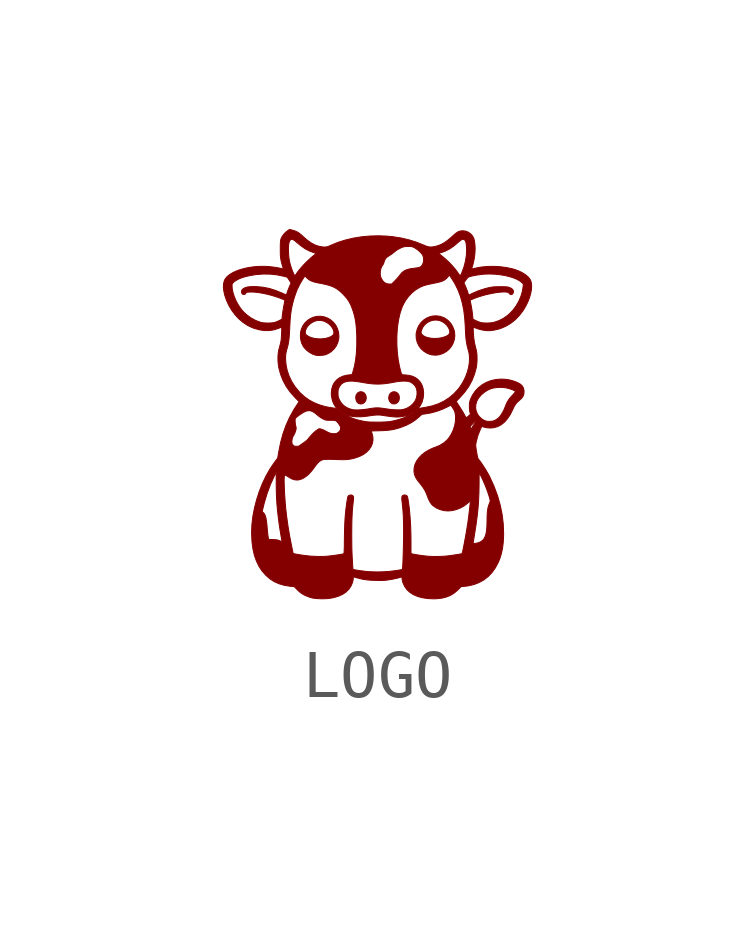
<source format=kicad_sym>
(kicad_symbol_lib
  (version 20220914)
  (generator bitmap2component)
  (symbol "LOGO"
    (pin_names
      (offset 1.016))
    (property "Reference" "#G"
      (at 0 4.867 0)
      (effects (font (size 1.27 1.27)) hide))
    (symbol "LOGO_0_0"
      (polyline (pts (xy 1.239 -3.857) (xy 1.342 -3.845) (xy 1.435 -3.821) (xy 1.519 -3.786) (xy 1.596 -3.738) (xy 1.667 -3.677) (xy 1.738 -3.606) (xy 1.798 -3.601) (xy 1.888 -3.59) (xy 2.006 -3.562) (xy 2.114 -3.52) (xy 2.212 -3.465) (xy 2.301 -3.396) (xy 2.38 -3.313) (xy 2.449 -3.216) (xy 2.509 -3.105) (xy 2.546 -3.015) (xy 2.576 -2.915) (xy 2.599 -2.807) (xy 2.614 -2.688) (xy 2.621 -2.556) (xy 2.622 -2.505) (xy 2.615 -2.308) (xy 2.592 -2.111) (xy 2.552 -1.913) (xy 2.496 -1.716) (xy 2.423 -1.519) (xy 2.335 -1.325) (xy 2.32 -1.295) (xy 2.287 -1.237) (xy 2.251 -1.175) (xy 2.212 -1.113) (xy 2.173 -1.054) (xy 2.138 -1.004) (xy 2.107 -0.964) (xy 2.106 -0.963) (xy 2.096 -0.949) (xy 2.088 -0.935) (xy 2.081 -0.915) (xy 2.075 -0.888) (xy 2.068 -0.851) (xy 2.059 -0.799) (xy 2.051 -0.752) (xy 2.046 -0.714) (xy 2.042 -0.685) (xy 2.042 -0.662) (xy 2.043 -0.642) (xy 2.046 -0.62) (xy 2.052 -0.593) (xy 2.052 -0.591) (xy 2.087 -0.459) (xy 2.138 -0.332) (xy 2.153 -0.301) (xy 2.164 -0.282) (xy 2.173 -0.275) (xy 2.182 -0.275) (xy 2.216 -0.287) (xy 2.279 -0.3) (xy 2.346 -0.305) (xy 2.419 -0.298) (xy 2.497 -0.276) (xy 2.57 -0.238) (xy 2.638 -0.184) (xy 2.7 -0.114) (xy 2.757 -0.029) (xy 2.808 0.071) (xy 2.816 0.089) (xy 2.84 0.14) (xy 2.864 0.18) (xy 2.888 0.213) (xy 2.917 0.242) (xy 2.952 0.273) (xy 2.961 0.281) (xy 3.002 0.32) (xy 3.028 0.358) (xy 3.043 0.399) (xy 3.047 0.447) (xy 3.045 0.484) (xy 3.031 0.535) (xy 3.004 0.578) (xy 2.962 0.614) (xy 2.905 0.644) (xy 2.87 0.658) (xy 2.796 0.683) (xy 2.725 0.7) (xy 2.651 0.71) (xy 2.572 0.713) (xy 2.465 0.705) (xy 2.363 0.683) (xy 2.267 0.647) (xy 2.179 0.598) (xy 2.1 0.537) (xy 2.032 0.465) (xy 1.975 0.382) (xy 1.931 0.29) (xy 1.921 0.259) (xy 1.914 0.228) (xy 1.91 0.194) (xy 1.909 0.148) (xy 1.909 0.139) (xy 1.91 0.117) (xy 2.039 0.117) (xy 2.044 0.185) (xy 2.063 0.252) (xy 2.098 0.316) (xy 2.101 0.32) (xy 2.155 0.383) (xy 2.22 0.439) (xy 2.293 0.485) (xy 2.37 0.518) (xy 2.371 0.518) (xy 2.423 0.53) (xy 2.486 0.538) (xy 2.554 0.541) (xy 2.62 0.538) (xy 2.678 0.53) (xy 2.68 0.529) (xy 2.723 0.519) (xy 2.765 0.506) (xy 2.804 0.492) (xy 2.836 0.478) (xy 2.858 0.465) (xy 2.868 0.455) (xy 2.863 0.445) (xy 2.849 0.426) (xy 2.827 0.4) (xy 2.8 0.371) (xy 2.787 0.358) (xy 2.752 0.318) (xy 2.723 0.279) (xy 2.697 0.235) (xy 2.673 0.184) (xy 2.648 0.12) (xy 2.645 0.112) (xy 2.624 0.064) (xy 2.597 0.015) (xy 2.568 -0.031) (xy 2.539 -0.07) (xy 2.513 -0.097) (xy 2.504 -0.104) (xy 2.477 -0.123) (xy 2.449 -0.141) (xy 2.439 -0.146) (xy 2.413 -0.157) (xy 2.385 -0.163) (xy 2.345 -0.166) (xy 2.337 -0.167) (xy 2.289 -0.166) (xy 2.251 -0.159) (xy 2.215 -0.144) (xy 2.175 -0.12) (xy 2.167 -0.114) (xy 2.114 -0.066) (xy 2.075 -0.01) (xy 2.05 0.052) (xy 2.039 0.117) (xy 1.91 0.117) (xy 1.911 0.093) (xy 1.915 0.052) (xy 1.921 0.023) (xy 1.932 -0.018) (xy 1.891 -0.055) (xy 1.87 -0.073) (xy 1.853 -0.087) (xy 1.845 -0.093) (xy 1.842 -0.089) (xy 1.831 -0.072) (xy 1.816 -0.047) (xy 1.799 -0.015) (xy 1.783 0.014) (xy 1.755 0.06) (xy 1.725 0.108) (xy 1.697 0.152) (xy 1.694 0.156) (xy 1.672 0.19) (xy 1.654 0.218) (xy 1.641 0.237) (xy 1.636 0.245) (xy 1.637 0.248) (xy 1.648 0.261) (xy 1.667 0.282) (xy 1.694 0.31) (xy 1.725 0.343) (xy 1.814 0.444) (xy 1.897 0.56) (xy 1.964 0.684) (xy 2.016 0.816) (xy 2.054 0.956) (xy 2.062 1.012) (xy 2.068 1.078) (xy 2.069 1.148) (xy 2.067 1.217) (xy 2.06 1.279) (xy 2.05 1.329) (xy 2.039 1.367) (xy 2.016 1.468) (xy 2.001 1.567) (xy 1.992 1.672) (xy 1.991 1.695) (xy 1.989 1.737) (xy 1.989 1.765) (xy 1.99 1.782) (xy 1.992 1.79) (xy 1.996 1.792) (xy 2.002 1.791) (xy 2.003 1.79) (xy 2.094 1.757) (xy 2.176 1.735) (xy 2.254 1.723) (xy 2.33 1.721) (xy 2.409 1.73) (xy 2.495 1.748) (xy 2.562 1.768) (xy 2.669 1.814) (xy 2.771 1.875) (xy 2.865 1.95) (xy 2.95 2.038) (xy 3.026 2.137) (xy 3.036 2.153) (xy 3.086 2.239) (xy 3.129 2.326) (xy 3.162 2.413) (xy 3.186 2.498) (xy 3.201 2.577) (xy 3.205 2.651) (xy 3.199 2.716) (xy 3.182 2.771) (xy 3.167 2.797) (xy 3.129 2.842) (xy 3.078 2.885) (xy 3.015 2.926) (xy 2.943 2.961) (xy 2.864 2.991) (xy 2.799 3.01) (xy 2.675 3.036) (xy 2.543 3.053) (xy 2.409 3.06) (xy 2.275 3.057) (xy 2.147 3.044) (xy 2.028 3.021) (xy 2.018 3.018) (xy 1.989 3.011) (xy 1.968 3.008) (xy 1.958 3.007) (xy 1.958 3.007) (xy 1.958 3.017) (xy 1.964 3.035) (xy 1.978 3.078) (xy 1.992 3.136) (xy 2.006 3.2) (xy 2.017 3.265) (xy 2.024 3.328) (xy 2.026 3.355) (xy 2.029 3.437) (xy 2.025 3.514) (xy 2.016 3.583) (xy 2.002 3.64) (xy 2.001 3.642) (xy 1.975 3.692) (xy 1.936 3.736) (xy 1.888 3.77) (xy 1.834 3.792) (xy 1.777 3.8) (xy 1.773 3.8) (xy 1.731 3.797) (xy 1.694 3.788) (xy 1.658 3.77) (xy 1.619 3.742) (xy 1.574 3.703) (xy 1.509 3.644) (xy 1.446 3.593) (xy 1.388 3.553) (xy 1.331 3.521) (xy 1.274 3.497) (xy 1.213 3.478) (xy 1.163 3.467) (xy 1.114 3.462) (xy 1.068 3.465) (xy 1.021 3.477) (xy 0.967 3.499) (xy 0.815 3.56) (xy 0.658 3.61) (xy 0.493 3.649) (xy 0.317 3.677) (xy 0.194 3.689) (xy 0.018 3.696) (xy -0.159 3.691) (xy -0.335 3.675) (xy -0.506 3.647) (xy -0.671 3.608) (xy -0.827 3.559) (xy -0.972 3.499) (xy -0.987 3.492) (xy -1.023 3.477) (xy -1.051 3.467) (xy -1.076 3.463) (xy -1.104 3.462) (xy -1.134 3.463) (xy -1.217 3.476) (xy -1.299 3.503) (xy -1.381 3.546) (xy -1.465 3.605) (xy -1.551 3.68) (xy -1.557 3.686) (xy -1.603 3.727) (xy -1.643 3.758) (xy -1.683 3.781) (xy -1.727 3.799) (xy -1.778 3.814) (xy -1.833 3.829) (xy -1.871 3.803) (xy -1.903 3.779) (xy -1.944 3.74) (xy -1.98 3.692) (xy -1.989 3.678) (xy -2.002 3.655) (xy -2.012 3.632) (xy -2.018 3.605) (xy -2.023 3.572) (xy -2.025 3.531) (xy -2.026 3.478) (xy -2.026 3.411) (xy -2.026 3.404) (xy -2.026 3.394) (xy -1.857 3.394) (xy -1.856 3.455) (xy -1.852 3.509) (xy -1.845 3.553) (xy -1.835 3.583) (xy -1.828 3.595) (xy -1.809 3.616) (xy -1.787 3.623) (xy -1.76 3.616) (xy -1.727 3.596) (xy -1.687 3.562) (xy -1.675 3.551) (xy -1.59 3.482) (xy -1.508 3.425) (xy -1.423 3.381) (xy -1.335 3.347) (xy -1.277 3.329) (xy -1.352 3.269) (xy -1.389 3.238) (xy -1.44 3.191) (xy -1.494 3.139) (xy -1.546 3.085) (xy -1.594 3.031) (xy -1.635 2.982) (xy -1.667 2.941) (xy -1.678 2.924) (xy -1.697 2.896) (xy -1.699 2.893) (xy 0.054 2.893) (xy 0.055 2.949) (xy 0.065 3.004) (xy 0.084 3.054) (xy 0.11 3.093) (xy 0.11 3.094) (xy 0.123 3.115) (xy 0.131 3.14) (xy 0.135 3.154) (xy 0.149 3.192) (xy 0.168 3.224) (xy 0.188 3.246) (xy 0.204 3.257) (xy 0.23 3.274) (xy 0.258 3.292) (xy 0.26 3.294) (xy 0.293 3.316) (xy 0.33 3.344) (xy 0.364 3.372) (xy 0.41 3.406) (xy 0.487 3.446) (xy 0.502 3.452) (xy 0.534 3.464) (xy 0.562 3.47) (xy 0.594 3.473) (xy 0.635 3.474) (xy 0.671 3.474) (xy 0.699 3.472) (xy 0.721 3.467) (xy 0.743 3.459) (xy 0.77 3.445) (xy 0.776 3.442) (xy 0.824 3.41) (xy 0.869 3.373) (xy 0.908 3.333) (xy 0.911 3.33) (xy 1.268 3.33) (xy 1.304 3.34) (xy 1.398 3.372) (xy 1.492 3.419) (xy 1.585 3.482) (xy 1.678 3.561) (xy 1.682 3.564) (xy 1.718 3.595) (xy 1.745 3.614) (xy 1.768 3.623) (xy 1.788 3.62) (xy 1.809 3.61) (xy 1.821 3.598) (xy 1.831 3.577) (xy 1.84 3.546) (xy 1.846 3.503) (xy 1.85 3.445) (xy 1.852 3.406) (xy 1.847 3.293) (xy 1.829 3.176) (xy 1.8 3.058) (xy 1.759 2.945) (xy 1.748 2.917) (xy 1.734 2.888) (xy 1.724 2.868) (xy 1.719 2.861) (xy 1.717 2.863) (xy 1.706 2.876) (xy 1.69 2.898) (xy 1.67 2.927) (xy 1.622 2.993) (xy 1.552 3.075) (xy 1.472 3.158) (xy 1.387 3.235) (xy 1.3 3.305) (xy 1.268 3.33) (xy 0.911 3.33) (xy 0.936 3.296) (xy 0.942 3.285) (xy 0.955 3.241) (xy 0.958 3.192) (xy 0.951 3.143) (xy 0.935 3.099) (xy 0.91 3.064) (xy 0.905 3.06) (xy 0.895 3.051) (xy 0.882 3.044) (xy 0.866 3.038) (xy 0.842 3.032) (xy 0.81 3.027) (xy 0.765 3.021) (xy 0.707 3.013) (xy 0.673 3.008) (xy 0.606 2.99) (xy 0.55 2.964) (xy 0.503 2.927) (xy 0.464 2.879) (xy 0.45 2.86) (xy 0.426 2.832) (xy 0.397 2.799) (xy 0.365 2.765) (xy 0.292 2.692) (xy 0.246 2.692) (xy 0.23 2.692) (xy 0.182 2.702) (xy 0.142 2.723) (xy 0.107 2.759) (xy 0.075 2.81) (xy 0.063 2.842) (xy 0.054 2.893) (xy -1.699 2.893) (xy -1.712 2.876) (xy -1.719 2.865) (xy -1.724 2.866) (xy -1.734 2.878) (xy -1.747 2.903) (xy -1.762 2.937) (xy -1.778 2.977) (xy -1.794 3.022) (xy -1.809 3.068) (xy -1.822 3.113) (xy -1.832 3.155) (xy -1.84 3.196) (xy -1.849 3.262) (xy -1.854 3.329) (xy -1.857 3.394) (xy -2.026 3.394) (xy -2.026 3.345) (xy -2.025 3.297) (xy -2.022 3.256) (xy -2.017 3.219) (xy -2.01 3.18) (xy -2 3.137) (xy -1.986 3.086) (xy -1.967 3.022) (xy -1.965 3.015) (xy -1.965 3.006) (xy -1.975 3.007) (xy -1.986 3.011) (xy -2.018 3.019) (xy -2.061 3.027) (xy -2.111 3.036) (xy -2.164 3.044) (xy -2.217 3.05) (xy -2.266 3.055) (xy -2.337 3.06) (xy -2.449 3.06) (xy -2.558 3.053) (xy -2.664 3.039) (xy -2.766 3.018) (xy -2.861 2.992) (xy -2.947 2.961) (xy -3.024 2.924) (xy -3.089 2.883) (xy -3.141 2.838) (xy -3.177 2.79) (xy -3.191 2.761) (xy -3.207 2.7) (xy -3.208 2.676) (xy -3.031 2.676) (xy -3.031 2.679) (xy -3.02 2.704) (xy -2.995 2.732) (xy -2.958 2.76) (xy -2.91 2.787) (xy -2.889 2.797) (xy -2.853 2.813) (xy -2.817 2.826) (xy -2.779 2.838) (xy -2.733 2.85) (xy -2.675 2.864) (xy -2.536 2.888) (xy -2.386 2.9) (xy -2.236 2.898) (xy -2.09 2.882) (xy -1.95 2.853) (xy -1.881 2.834) (xy -1.841 2.774) (xy -1.802 2.714) (xy -1.831 2.65) (xy -1.831 2.65) (xy -1.848 2.609) (xy -1.865 2.565) (xy -1.879 2.526) (xy -1.88 2.522) (xy -1.89 2.494) (xy -1.897 2.474) (xy -1.9 2.465) (xy -1.904 2.466) (xy -1.921 2.473) (xy -1.948 2.485) (xy -1.981 2.5) (xy -2.114 2.555) (xy -2.252 2.599) (xy -2.389 2.626) (xy -2.526 2.638) (xy -2.572 2.639) (xy -2.648 2.637) (xy -2.71 2.63) (xy -2.758 2.616) (xy -2.795 2.597) (xy -2.821 2.572) (xy -2.831 2.551) (xy -2.833 2.523) (xy -2.825 2.497) (xy -2.809 2.479) (xy -2.806 2.478) (xy -2.781 2.474) (xy -2.757 2.482) (xy -2.743 2.5) (xy -2.739 2.507) (xy -2.73 2.516) (xy -2.713 2.521) (xy -2.683 2.524) (xy -2.646 2.526) (xy -2.572 2.524) (xy -2.486 2.515) (xy -2.393 2.5) (xy -2.296 2.479) (xy -2.197 2.453) (xy -2.099 2.422) (xy -2.078 2.415) (xy -2.042 2.402) (xy -2.005 2.388) (xy -1.972 2.375) (xy -1.946 2.364) (xy -1.932 2.357) (xy -1.932 2.357) (xy -1.933 2.347) (xy -1.937 2.324) (xy -1.943 2.291) (xy -1.95 2.251) (xy -1.954 2.232) (xy -1.962 2.183) (xy -1.971 2.131) (xy -1.978 2.079) (xy -1.984 2.033) (xy -1.988 1.995) (xy -1.989 1.969) (xy -1.989 1.969) (xy -1.998 1.959) (xy -2.019 1.946) (xy -2.049 1.931) (xy -2.083 1.915) (xy -2.119 1.901) (xy -2.152 1.891) (xy -2.155 1.89) (xy -2.188 1.885) (xy -2.232 1.881) (xy -2.281 1.88) (xy -2.331 1.881) (xy -2.375 1.884) (xy -2.408 1.889) (xy -2.444 1.898) (xy -2.544 1.936) (xy -2.64 1.989) (xy -2.729 2.055) (xy -2.775 2.097) (xy -2.815 2.139) (xy -2.852 2.185) (xy -2.89 2.242) (xy -2.899 2.255) (xy -2.946 2.34) (xy -2.983 2.428) (xy -3.011 2.515) (xy -3.027 2.599) (xy -3.031 2.676) (xy -3.208 2.676) (xy -3.211 2.628) (xy -3.202 2.547) (xy -3.182 2.458) (xy -3.149 2.36) (xy -3.099 2.25) (xy -3.038 2.147) (xy -2.967 2.051) (xy -2.887 1.966) (xy -2.8 1.892) (xy -2.708 1.831) (xy -2.612 1.785) (xy -2.565 1.768) (xy -2.456 1.738) (xy -2.352 1.723) (xy -2.253 1.724) (xy -2.156 1.739) (xy -2.061 1.77) (xy -2.056 1.772) (xy -2.027 1.783) (xy -2.007 1.791) (xy -1.997 1.794) (xy -1.997 1.794) (xy -1.996 1.785) (xy -1.996 1.762) (xy -1.997 1.73) (xy -1.998 1.69) (xy -2 1.648) (xy -2.002 1.606) (xy -2.005 1.567) (xy -2.007 1.536) (xy -2.01 1.514) (xy -2.012 1.505) (xy -2.015 1.489) (xy -2.018 1.471) (xy -2.024 1.448) (xy -2.032 1.417) (xy -2.043 1.375) (xy -2.058 1.32) (xy -2.06 1.31) (xy -2.07 1.249) (xy -2.075 1.177) (xy -2.075 1.151) (xy -1.916 1.151) (xy -1.915 1.194) (xy -1.912 1.229) (xy -1.907 1.262) (xy -1.899 1.299) (xy -1.886 1.346) (xy -1.875 1.385) (xy -1.864 1.43) (xy -1.855 1.476) (xy -1.848 1.524) (xy -1.842 1.577) (xy -1.837 1.639) (xy -1.833 1.712) (xy -1.829 1.798) (xy -1.826 1.855) (xy -1.821 1.945) (xy -1.814 2.024) (xy -1.806 2.094) (xy -1.796 2.16) (xy -1.783 2.226) (xy -1.767 2.295) (xy -1.747 2.369) (xy -1.727 2.434) (xy -1.679 2.567) (xy -1.621 2.688) (xy -1.552 2.803) (xy -1.513 2.86) (xy -1.474 2.82) (xy -1.457 2.804) (xy -1.417 2.774) (xy -1.371 2.751) (xy -1.314 2.732) (xy -1.244 2.716) (xy -1.183 2.705) (xy -1.098 2.687) (xy -1.025 2.668) (xy -0.964 2.648) (xy -0.91 2.626) (xy -0.862 2.599) (xy -0.817 2.568) (xy -0.773 2.532) (xy -0.728 2.489) (xy -0.688 2.447) (xy -0.638 2.389) (xy -0.598 2.331) (xy -0.565 2.269) (xy -0.535 2.197) (xy -0.511 2.131) (xy -0.488 2.052) (xy -0.469 1.972) (xy -0.455 1.887) (xy -0.445 1.796) (xy -0.438 1.694) (xy -0.434 1.579) (xy -0.434 1.563) (xy -0.435 1.427) (xy 0.4 1.427) (xy 0.4 1.591) (xy 0.404 1.68) (xy 0.417 1.829) (xy 0.439 1.965) (xy 0.468 2.09) (xy 0.507 2.205) (xy 0.529 2.256) (xy 0.58 2.348) (xy 0.643 2.433) (xy 0.715 2.509) (xy 0.794 2.573) (xy 0.879 2.624) (xy 0.967 2.661) (xy 0.978 2.664) (xy 1.016 2.674) (xy 1.064 2.686) (xy 1.117 2.697) (xy 1.169 2.708) (xy 1.236 2.721) (xy 1.296 2.736) (xy 1.344 2.752) (xy 1.383 2.771) (xy 1.415 2.793) (xy 1.443 2.819) (xy 1.462 2.84) (xy 1.476 2.858) (xy 1.481 2.869) (xy 1.483 2.877) (xy 1.49 2.875) (xy 1.503 2.862) (xy 1.522 2.835) (xy 1.549 2.795) (xy 1.597 2.718) (xy 1.796 2.718) (xy 1.834 2.772) (xy 1.837 2.777) (xy 1.857 2.804) (xy 1.875 2.825) (xy 1.888 2.835) (xy 1.902 2.841) (xy 1.936 2.852) (xy 1.98 2.862) (xy 2.033 2.873) (xy 2.09 2.882) (xy 2.147 2.89) (xy 2.201 2.896) (xy 2.228 2.898) (xy 2.33 2.901) (xy 2.433 2.897) (xy 2.535 2.887) (xy 2.633 2.872) (xy 2.726 2.851) (xy 2.811 2.826) (xy 2.886 2.796) (xy 2.948 2.763) (xy 2.996 2.727) (xy 3.033 2.692) (xy 3.027 2.63) (xy 3.011 2.535) (xy 2.981 2.435) (xy 2.938 2.335) (xy 2.884 2.24) (xy 2.82 2.153) (xy 2.749 2.078) (xy 2.706 2.04) (xy 2.618 1.978) (xy 2.525 1.93) (xy 2.424 1.896) (xy 2.38 1.887) (xy 2.318 1.881) (xy 2.253 1.88) (xy 2.192 1.883) (xy 2.141 1.892) (xy 2.114 1.901) (xy 2.076 1.916) (xy 2.04 1.932) (xy 1.985 1.959) (xy 1.974 2.061) (xy 1.971 2.09) (xy 1.963 2.148) (xy 1.953 2.208) (xy 1.944 2.259) (xy 1.924 2.355) (xy 1.971 2.376) (xy 2.013 2.393) (xy 2.083 2.419) (xy 2.158 2.443) (xy 2.235 2.465) (xy 2.313 2.483) (xy 2.389 2.499) (xy 2.463 2.512) (xy 2.531 2.521) (xy 2.593 2.526) (xy 2.646 2.527) (xy 2.689 2.524) (xy 2.719 2.515) (xy 2.736 2.502) (xy 2.745 2.488) (xy 2.765 2.473) (xy 2.787 2.472) (xy 2.807 2.483) (xy 2.821 2.505) (xy 2.827 2.537) (xy 2.826 2.547) (xy 2.813 2.576) (xy 2.785 2.601) (xy 2.739 2.621) (xy 2.728 2.625) (xy 2.708 2.63) (xy 2.682 2.633) (xy 2.649 2.635) (xy 2.605 2.636) (xy 2.548 2.636) (xy 2.543 2.636) (xy 2.487 2.635) (xy 2.443 2.634) (xy 2.406 2.632) (xy 2.373 2.627) (xy 2.338 2.621) (xy 2.298 2.612) (xy 2.232 2.595) (xy 2.096 2.551) (xy 1.973 2.498) (xy 1.957 2.49) (xy 1.928 2.476) (xy 1.907 2.466) (xy 1.897 2.463) (xy 1.892 2.47) (xy 1.885 2.49) (xy 1.876 2.517) (xy 1.873 2.525) (xy 1.861 2.562) (xy 1.845 2.604) (xy 1.828 2.644) (xy 1.796 2.718) (xy 1.597 2.718) (xy 1.608 2.699) (xy 1.67 2.574) (xy 1.721 2.442) (xy 1.761 2.3) (xy 1.792 2.148) (xy 1.812 1.984) (xy 1.824 1.807) (xy 1.825 1.775) (xy 1.829 1.692) (xy 1.833 1.621) (xy 1.838 1.56) (xy 1.845 1.506) (xy 1.853 1.456) (xy 1.863 1.407) (xy 1.875 1.356) (xy 1.891 1.3) (xy 1.902 1.256) (xy 1.912 1.163) (xy 1.909 1.064) (xy 1.894 0.961) (xy 1.866 0.857) (xy 1.827 0.753) (xy 1.776 0.651) (xy 1.714 0.554) (xy 1.676 0.504) (xy 1.588 0.409) (xy 1.489 0.325) (xy 1.38 0.255) (xy 1.261 0.198) (xy 1.133 0.155) (xy 0.997 0.126) (xy 0.99 0.125) (xy 0.947 0.118) (xy 0.908 0.111) (xy 0.878 0.105) (xy 0.861 0.102) (xy 0.838 0.094) (xy 0.862 0.126) (xy 0.89 0.165) (xy 0.927 0.241) (xy 0.949 0.325) (xy 0.957 0.416) (xy 0.957 0.417) (xy 0.949 0.502) (xy 0.928 0.578) (xy 0.893 0.644) (xy 0.844 0.7) (xy 0.84 0.704) (xy 0.786 0.744) (xy 0.725 0.773) (xy 0.654 0.791) (xy 0.572 0.8) (xy 0.571 0.8) (xy 0.543 0.801) (xy 0.523 0.804) (xy 0.509 0.809) (xy 0.499 0.821) (xy 0.49 0.842) (xy 0.481 0.873) (xy 0.469 0.918) (xy 0.455 0.975) (xy 0.428 1.117) (xy 0.41 1.268) (xy 0.4 1.427) (xy -0.435 1.427) (xy -0.435 1.396) (xy -0.444 1.242) (xy -0.461 1.1) (xy -0.485 0.972) (xy -0.516 0.859) (xy -0.534 0.806) (xy -0.599 0.8) (xy -0.641 0.795) (xy -0.723 0.774) (xy -0.795 0.74) (xy -0.854 0.695) (xy -0.902 0.639) (xy -0.936 0.573) (xy -0.958 0.497) (xy -0.963 0.431) (xy -0.825 0.431) (xy -0.824 0.467) (xy -0.82 0.494) (xy -0.813 0.517) (xy -0.801 0.544) (xy -0.786 0.57) (xy -0.754 0.61) (xy -0.713 0.639) (xy -0.663 0.659) (xy -0.603 0.67) (xy -0.53 0.672) (xy -0.446 0.664) (xy -0.347 0.649) (xy -0.262 0.634) (xy -0.167 0.62) (xy -0.081 0.612) (xy 0.001 0.609) (xy 0.082 0.612) (xy 0.168 0.62) (xy 0.262 0.634) (xy 0.367 0.653) (xy 0.411 0.661) (xy 0.488 0.67) (xy 0.558 0.672) (xy 0.62 0.668) (xy 0.668 0.657) (xy 0.701 0.641) (xy 0.747 0.608) (xy 0.784 0.565) (xy 0.808 0.517) (xy 0.809 0.515) (xy 0.819 0.461) (xy 0.82 0.4) (xy 0.811 0.339) (xy 0.793 0.286) (xy 0.776 0.253) (xy 0.732 0.196) (xy 0.677 0.147) (xy 0.612 0.109) (xy 0.542 0.084) (xy 0.53 0.081) (xy 0.477 0.074) (xy 0.41 0.073) (xy 0.334 0.076) (xy 0.25 0.084) (xy 0.161 0.097) (xy 0.16 0.097) (xy 0.101 0.106) (xy 0.052 0.112) (xy 0.009 0.115) (xy -0.033 0.115) (xy -0.078 0.111) (xy -0.131 0.104) (xy -0.195 0.093) (xy -0.225 0.088) (xy -0.292 0.08) (xy -0.358 0.074) (xy -0.42 0.071) (xy -0.473 0.072) (xy -0.513 0.076) (xy -0.567 0.089) (xy -0.641 0.119) (xy -0.705 0.162) (xy -0.757 0.217) (xy -0.797 0.283) (xy -0.802 0.296) (xy -0.814 0.325) (xy -0.821 0.35) (xy -0.824 0.379) (xy -0.825 0.419) (xy -0.825 0.431) (xy -0.963 0.431) (xy -0.965 0.412) (xy -0.962 0.368) (xy -0.95 0.302) (xy -0.931 0.238) (xy -0.905 0.181) (xy -0.874 0.135) (xy -0.87 0.129) (xy -0.859 0.114) (xy -0.856 0.107) (xy -0.863 0.106) (xy -0.885 0.107) (xy -0.917 0.111) (xy -0.956 0.117) (xy -0.998 0.124) (xy -1.04 0.131) (xy -1.079 0.139) (xy -1.111 0.147) (xy -1.219 0.18) (xy -1.329 0.225) (xy -1.428 0.279) (xy -1.519 0.344) (xy -1.606 0.422) (xy -1.636 0.454) (xy -1.718 0.554) (xy -1.787 0.661) (xy -1.842 0.775) (xy -1.882 0.892) (xy -1.907 1.013) (xy -1.916 1.134) (xy -1.916 1.151) (xy -2.075 1.151) (xy -2.075 1.099) (xy -2.068 1.022) (xy -2.057 0.948) (xy -2.022 0.818) (xy -1.971 0.686) (xy -1.904 0.562) (xy -1.822 0.445) (xy -1.725 0.336) (xy -1.635 0.244) (xy -1.692 0.158) (xy -1.744 0.078) (xy -1.747 0.072) (xy -0.829 0.072) (xy -0.825 0.076) (xy -0.821 0.072) (xy -0.817 0.072) (xy -0.806 0.062) (xy 0.804 0.062) (xy 0.807 0.067) (xy 0.819 0.077) (xy 0.825 0.082) (xy 0.829 0.084) (xy 0.822 0.074) (xy 0.82 0.071) (xy 0.808 0.06) (xy 0.804 0.062) (xy -0.806 0.062) (xy -0.793 0.051) (xy -0.79 0.048) (xy -0.776 0.035) (xy -0.77 0.028) (xy -0.772 0.025) (xy -0.78 0.031) (xy -0.796 0.049) (xy -0.817 0.072) (xy -0.821 0.072) (xy -0.825 0.068) (xy -0.829 0.072) (xy -1.747 0.072) (xy -1.832 -0.081) (xy -1.907 -0.248) (xy -1.97 -0.425) (xy -2.016 -0.593) (xy -1.786 -0.593) (xy -1.785 -0.575) (xy -1.778 -0.529) (xy -1.764 -0.486) (xy -1.745 -0.453) (xy -1.734 -0.434) (xy -1.721 -0.405) (xy -1.71 -0.372) (xy -1.705 -0.358) (xy -1.698 -0.331) (xy -1.696 -0.31) (xy -1.698 -0.289) (xy -1.705 -0.26) (xy -1.71 -0.235) (xy -1.716 -0.193) (xy -1.718 -0.155) (xy -1.718 -0.15) (xy -1.717 -0.123) (xy -1.713 -0.106) (xy -1.702 -0.092) (xy -1.682 -0.075) (xy -1.659 -0.057) (xy -1.621 -0.029) (xy -1.583 -0.004) (xy -1.549 0.017) (xy -1.523 0.03) (xy -1.515 0.034) (xy -1.495 0.043) (xy -1.49 0.046) (xy -1.467 0.052) (xy -1.44 0.056) (xy -1.437 0.057) (xy -1.398 0.054) (xy -1.356 0.039) (xy -1.319 0.016) (xy -0.756 0.016) (xy -0.753 0.017) (xy -0.738 0.01) (xy -0.709 -0.005) (xy -0.708 -0.005) (xy -0.672 -0.022) (xy -0.629 -0.039) (xy -0.588 -0.052) (xy -0.576 -0.055) (xy -0.512 -0.066) (xy -0.436 -0.071) (xy -0.352 -0.071) (xy -0.263 -0.064) (xy -0.173 -0.052) (xy -0.103 -0.041) (xy -0.025 -0.034) (xy 0.044 -0.034) (xy 0.107 -0.042) (xy 0.154 -0.05) (xy 0.21 -0.058) (xy 0.268 -0.065) (xy 0.322 -0.071) (xy 0.368 -0.075) (xy 0.403 -0.076) (xy 0.438 -0.075) (xy 0.492 -0.069) (xy 0.549 -0.059) (xy 0.601 -0.047) (xy 0.643 -0.034) (xy 0.665 -0.024) (xy 0.701 -0.006) (xy 0.735 0.013) (xy 0.739 0.015) (xy 0.758 0.026) (xy 0.766 0.03) (xy 0.762 0.025) (xy 0.751 0.016) (xy 0.695 -0.022) (xy 0.625 -0.059) (xy 0.544 -0.093) (xy 0.455 -0.123) (xy 0.36 -0.149) (xy 0.262 -0.17) (xy 0.253 -0.171) (xy 0.213 -0.175) (xy 0.162 -0.178) (xy 0.101 -0.181) (xy 0.036 -0.182) (xy -0.031 -0.182) (xy -0.096 -0.181) (xy -0.155 -0.18) (xy -0.205 -0.177) (xy -0.242 -0.173) (xy -0.312 -0.161) (xy -0.447 -0.129) (xy -0.57 -0.085) (xy -0.683 -0.03) (xy -0.695 -0.023) (xy -0.726 -0.005) (xy -0.747 0.008) (xy -0.756 0.016) (xy -1.319 0.016) (xy -1.309 0.01) (xy -1.257 -0.033) (xy -1.254 -0.035) (xy -1.219 -0.064) (xy -1.179 -0.092) (xy -1.142 -0.113) (xy -1.122 -0.123) (xy -1.1 -0.133) (xy -1.08 -0.139) (xy -1.057 -0.142) (xy -1.026 -0.144) (xy -0.984 -0.144) (xy -0.982 -0.144) (xy -0.939 -0.144) (xy -0.909 -0.146) (xy -0.888 -0.149) (xy -0.873 -0.154) (xy -0.86 -0.162) (xy -0.85 -0.17) (xy -0.829 -0.193) (xy -0.808 -0.221) (xy -0.789 -0.252) (xy -0.775 -0.279) (xy -0.77 -0.299) (xy -0.774 -0.335) (xy -0.79 -0.371) (xy -0.817 -0.394) (xy -0.823 -0.398) (xy -0.84 -0.409) (xy -0.846 -0.417) (xy -0.847 -0.417) (xy -0.857 -0.42) (xy -0.879 -0.422) (xy -0.909 -0.423) (xy -0.914 -0.423) (xy -0.953 -0.42) (xy -0.99 -0.412) (xy -1.028 -0.397) (xy -1.075 -0.372) (xy -1.118 -0.349) (xy -1.16 -0.332) (xy -1.194 -0.322) (xy -1.22 -0.321) (xy -1.234 -0.328) (xy -1.236 -0.33) (xy -1.25 -0.34) (xy -1.268 -0.35) (xy -1.296 -0.371) (xy -1.329 -0.401) (xy -1.365 -0.437) (xy -1.4 -0.475) (xy -1.433 -0.514) (xy -1.462 -0.55) (xy -1.467 -0.556) (xy -1.485 -0.571) (xy -1.512 -0.591) (xy -1.543 -0.613) (xy -1.563 -0.626) (xy -1.592 -0.647) (xy -1.614 -0.663) (xy -1.625 -0.673) (xy -1.629 -0.676) (xy -1.65 -0.683) (xy -1.686 -0.686) (xy -1.708 -0.685) (xy -1.73 -0.682) (xy -1.746 -0.674) (xy -1.761 -0.659) (xy -1.774 -0.644) (xy -1.783 -0.622) (xy -1.786 -0.593) (xy -2.016 -0.593) (xy -2.021 -0.612) (xy -2.06 -0.81) (xy -2.08 -0.931) (xy -2.131 -0.997) (xy -2.15 -1.023) (xy -2.241 -1.157) (xy -2.324 -1.304) (xy -2.399 -1.461) (xy -2.464 -1.625) (xy -2.519 -1.796) (xy -2.564 -1.969) (xy -2.578 -2.044) (xy -2.403 -2.044) (xy -2.383 -1.959) (xy -2.36 -1.866) (xy -2.301 -1.669) (xy -2.231 -1.479) (xy -2.149 -1.301) (xy -2.111 -1.226) (xy -2.111 -1.375) (xy -1.946 -1.375) (xy -1.946 -1.371) (xy -1.944 -1.328) (xy -1.94 -1.3) (xy -1.932 -1.288) (xy -1.916 -1.288) (xy -1.891 -1.301) (xy -1.855 -1.324) (xy -1.852 -1.326) (xy -1.788 -1.363) (xy -1.727 -1.383) (xy -1.668 -1.388) (xy -1.609 -1.377) (xy -1.548 -1.351) (xy -1.484 -1.308) (xy -1.474 -1.3) (xy -1.434 -1.265) (xy -1.395 -1.223) (xy -1.352 -1.172) (xy -1.305 -1.108) (xy -1.29 -1.087) (xy -1.256 -1.044) (xy -1.226 -1.013) (xy -1.196 -0.99) (xy -1.164 -0.973) (xy -1.162 -0.972) (xy -1.146 -0.966) (xy -1.127 -0.962) (xy -1.104 -0.958) (xy -1.074 -0.957) (xy -1.035 -0.956) (xy -0.986 -0.957) (xy -0.923 -0.958) (xy -0.846 -0.961) (xy -0.846 -0.961) (xy -0.771 -0.963) (xy -0.71 -0.964) (xy -0.658 -0.962) (xy -0.612 -0.958) (xy -0.569 -0.952) (xy -0.524 -0.942) (xy -0.474 -0.93) (xy -0.465 -0.927) (xy -0.376 -0.896) (xy -0.297 -0.856) (xy -0.231 -0.807) (xy -0.177 -0.752) (xy -0.136 -0.691) (xy -0.109 -0.625) (xy -0.097 -0.556) (xy -0.1 -0.484) (xy -0.119 -0.41) (xy -0.126 -0.394) (xy -0.133 -0.375) (xy -0.135 -0.367) (xy -0.135 -0.367) (xy -0.123 -0.366) (xy -0.098 -0.366) (xy -0.061 -0.364) (xy -0.016 -0.363) (xy 0.036 -0.362) (xy 0.04 -0.362) (xy 0.129 -0.358) (xy 0.204 -0.353) (xy 0.271 -0.345) (xy 0.334 -0.334) (xy 0.396 -0.318) (xy 0.461 -0.299) (xy 0.482 -0.292) (xy 0.596 -0.248) (xy 0.696 -0.197) (xy 0.786 -0.137) (xy 0.868 -0.068) (xy 0.887 -0.049) (xy 0.908 -0.032) (xy 0.925 -0.022) (xy 0.946 -0.016) (xy 0.973 -0.013) (xy 0.992 -0.011) (xy 1.107 0.009) (xy 1.226 0.041) (xy 1.342 0.083) (xy 1.449 0.133) (xy 1.47 0.144) (xy 1.498 0.158) (xy 1.518 0.166) (xy 1.527 0.169) (xy 1.528 0.167) (xy 1.536 0.154) (xy 1.551 0.132) (xy 1.569 0.104) (xy 1.589 0.071) (xy 1.603 0.042) (xy 1.611 0.012) (xy 1.618 -0.026) (xy 1.622 -0.067) (xy 1.619 -0.16) (xy 1.603 -0.256) (xy 1.595 -0.28) (xy 1.927 -0.28) (xy 1.932 -0.267) (xy 1.946 -0.25) (xy 1.97 -0.225) (xy 1.978 -0.217) (xy 1.999 -0.194) (xy 2.014 -0.178) (xy 2.021 -0.17) (xy 2.023 -0.169) (xy 2.032 -0.175) (xy 2.035 -0.182) (xy 2.028 -0.199) (xy 2.01 -0.225) (xy 1.998 -0.242) (xy 1.978 -0.272) (xy 1.963 -0.298) (xy 1.958 -0.306) (xy 1.949 -0.323) (xy 1.943 -0.33) (xy 1.943 -0.33) (xy 1.938 -0.321) (xy 1.931 -0.303) (xy 1.927 -0.291) (xy 1.927 -0.28) (xy 1.595 -0.28) (xy 1.573 -0.349) (xy 1.531 -0.437) (xy 1.478 -0.517) (xy 1.446 -0.554) (xy 1.376 -0.615) (xy 1.295 -0.665) (xy 1.205 -0.703) (xy 1.165 -0.717) (xy 1.073 -0.758) (xy 0.99 -0.807) (xy 0.918 -0.864) (xy 0.858 -0.926) (xy 0.811 -0.992) (xy 0.777 -1.062) (xy 0.759 -1.135) (xy 0.756 -1.208) (xy 0.757 -1.218) (xy 0.767 -1.273) (xy 0.788 -1.326) (xy 0.82 -1.38) (xy 0.866 -1.439) (xy 0.885 -1.462) (xy 0.938 -1.532) (xy 0.98 -1.597) (xy 1.013 -1.664) (xy 1.04 -1.736) (xy 1.042 -1.742) (xy 1.063 -1.794) (xy 1.089 -1.843) (xy 1.117 -1.885) (xy 1.145 -1.915) (xy 1.148 -1.918) (xy 1.216 -1.966) (xy 1.294 -2.001) (xy 1.378 -2.024) (xy 1.464 -2.031) (xy 1.547 -2.024) (xy 1.636 -2.003) (xy 1.723 -1.969) (xy 1.804 -1.924) (xy 1.874 -1.869) (xy 1.887 -1.858) (xy 1.909 -1.838) (xy 1.924 -1.826) (xy 1.93 -1.822) (xy 1.93 -1.826) (xy 1.928 -1.848) (xy 1.925 -1.883) (xy 1.92 -1.927) (xy 1.914 -1.979) (xy 1.908 -2.035) (xy 1.901 -2.091) (xy 1.895 -2.146) (xy 1.888 -2.196) (xy 1.882 -2.238) (xy 1.879 -2.265) (xy 1.869 -2.325) (xy 1.859 -2.391) (xy 1.847 -2.461) (xy 1.835 -2.532) (xy 1.822 -2.603) (xy 1.809 -2.671) (xy 1.805 -2.696) (xy 1.989 -2.696) (xy 1.99 -2.687) (xy 1.993 -2.663) (xy 1.999 -2.628) (xy 2.006 -2.585) (xy 2.014 -2.536) (xy 2.019 -2.502) (xy 2.048 -2.317) (xy 2.071 -2.144) (xy 2.089 -1.978) (xy 2.101 -1.815) (xy 2.108 -1.653) (xy 2.111 -1.488) (xy 2.112 -1.228) (xy 2.149 -1.302) (xy 2.149 -1.302) (xy 2.177 -1.36) (xy 2.205 -1.422) (xy 2.233 -1.487) (xy 2.259 -1.552) (xy 2.283 -1.616) (xy 2.304 -1.675) (xy 2.321 -1.729) (xy 2.334 -1.773) (xy 2.341 -1.807) (xy 2.342 -1.828) (xy 2.338 -1.843) (xy 2.328 -1.87) (xy 2.316 -1.9) (xy 2.313 -1.909) (xy 2.299 -1.953) (xy 2.289 -2.005) (xy 2.282 -2.068) (xy 2.278 -2.144) (xy 2.277 -2.234) (xy 2.275 -2.324) (xy 2.27 -2.408) (xy 2.261 -2.478) (xy 2.247 -2.536) (xy 2.228 -2.584) (xy 2.204 -2.622) (xy 2.174 -2.652) (xy 2.137 -2.676) (xy 2.131 -2.679) (xy 2.088 -2.695) (xy 2.042 -2.705) (xy 2.017 -2.707) (xy 1.999 -2.707) (xy 1.991 -2.704) (xy 1.989 -2.696) (xy 1.805 -2.696) (xy 1.797 -2.736) (xy 1.786 -2.793) (xy 1.776 -2.842) (xy 1.767 -2.881) (xy 1.76 -2.907) (xy 1.756 -2.919) (xy 1.746 -2.922) (xy 1.722 -2.927) (xy 1.688 -2.933) (xy 1.646 -2.94) (xy 1.599 -2.947) (xy 1.55 -2.954) (xy 1.503 -2.961) (xy 1.46 -2.966) (xy 1.425 -2.97) (xy 1.357 -2.975) (xy 1.267 -2.978) (xy 1.177 -2.979) (xy 1.092 -2.976) (xy 1.018 -2.971) (xy 0.98 -2.966) (xy 0.921 -2.959) (xy 0.863 -2.951) (xy 0.808 -2.942) (xy 0.763 -2.934) (xy 0.73 -2.927) (xy 0.694 -2.918) (xy 0.694 -2.687) (xy 0.693 -2.546) (xy 0.688 -2.364) (xy 0.678 -2.193) (xy 0.664 -2.027) (xy 0.661 -1.995) (xy 0.653 -1.931) (xy 0.645 -1.872) (xy 0.637 -1.819) (xy 0.63 -1.775) (xy 0.623 -1.743) (xy 0.617 -1.726) (xy 0.614 -1.72) (xy 0.593 -1.705) (xy 0.566 -1.698) (xy 0.539 -1.701) (xy 0.538 -1.701) (xy 0.521 -1.71) (xy 0.51 -1.723) (xy 0.504 -1.742) (xy 0.502 -1.77) (xy 0.505 -1.81) (xy 0.511 -1.864) (xy 0.518 -1.929) (xy 0.526 -2.012) (xy 0.532 -2.097) (xy 0.536 -2.187) (xy 0.539 -2.283) (xy 0.54 -2.39) (xy 0.54 -2.508) (xy 0.539 -2.641) (xy 0.537 -2.726) (xy 0.535 -2.816) (xy 0.533 -2.902) (xy 0.53 -2.982) (xy 0.528 -3.055) (xy 0.525 -3.118) (xy 0.522 -3.17) (xy 0.519 -3.21) (xy 0.516 -3.236) (xy 0.514 -3.247) (xy 0.51 -3.249) (xy 0.49 -3.254) (xy 0.457 -3.26) (xy 0.41 -3.267) (xy 0.352 -3.276) (xy 0.284 -3.284) (xy 0.22 -3.291) (xy 0.124 -3.297) (xy 0.023 -3.3) (xy -0.078 -3.299) (xy -0.174 -3.295) (xy -0.258 -3.288) (xy -0.263 -3.287) (xy -0.309 -3.281) (xy -0.357 -3.275) (xy -0.404 -3.268) (xy -0.445 -3.261) (xy -0.48 -3.255) (xy -0.503 -3.251) (xy -0.513 -3.247) (xy -0.514 -3.246) (xy -0.515 -3.231) (xy -0.517 -3.201) (xy -0.52 -3.16) (xy -0.523 -3.11) (xy -0.526 -3.051) (xy -0.53 -2.987) (xy -0.53 -2.987) (xy -0.534 -2.897) (xy -0.537 -2.799) (xy -0.538 -2.696) (xy -0.539 -2.589) (xy -0.539 -2.481) (xy -0.538 -2.375) (xy -0.537 -2.273) (xy -0.534 -2.178) (xy -0.53 -2.093) (xy -0.526 -2.019) (xy -0.521 -1.959) (xy -0.52 -1.953) (xy -0.515 -1.904) (xy -0.51 -1.857) (xy -0.505 -1.817) (xy -0.502 -1.788) (xy -0.501 -1.756) (xy -0.505 -1.73) (xy -0.517 -1.712) (xy -0.539 -1.701) (xy -0.55 -1.698) (xy -0.576 -1.701) (xy -0.601 -1.71) (xy -0.617 -1.726) (xy -0.618 -1.727) (xy -0.623 -1.744) (xy -0.628 -1.773) (xy -0.635 -1.811) (xy -0.642 -1.854) (xy -0.648 -1.896) (xy -0.66 -1.989) (xy -0.67 -2.083) (xy -0.678 -2.183) (xy -0.684 -2.289) (xy -0.688 -2.405) (xy -0.691 -2.532) (xy -0.693 -2.674) (xy -0.693 -2.709) (xy -0.694 -2.783) (xy -0.696 -2.841) (xy -0.698 -2.884) (xy -0.701 -2.91) (xy -0.704 -2.921) (xy -0.706 -2.922) (xy -0.724 -2.926) (xy -0.754 -2.933) (xy -0.795 -2.939) (xy -0.842 -2.947) (xy -0.892 -2.954) (xy -0.944 -2.961) (xy -0.993 -2.967) (xy -1.037 -2.972) (xy -1.129 -2.978) (xy -1.26 -2.978) (xy -1.399 -2.971) (xy -1.542 -2.955) (xy -1.685 -2.932) (xy -1.758 -2.918) (xy -1.785 -2.79) (xy -1.795 -2.74) (xy -1.833 -2.542) (xy -1.865 -2.353) (xy -1.891 -2.168) (xy -1.913 -1.983) (xy -1.918 -1.922) (xy -1.925 -1.839) (xy -1.931 -1.752) (xy -1.937 -1.664) (xy -1.941 -1.579) (xy -1.944 -1.5) (xy -1.946 -1.431) (xy -1.946 -1.375) (xy -2.111 -1.375) (xy -2.111 -1.47) (xy -2.111 -1.525) (xy -2.108 -1.652) (xy -2.103 -1.774) (xy -2.096 -1.893) (xy -2.085 -2.016) (xy -2.07 -2.147) (xy -2.052 -2.289) (xy -2.048 -2.317) (xy -2.041 -2.364) (xy -2.033 -2.416) (xy -2.024 -2.469) (xy -2.016 -2.52) (xy -2.008 -2.567) (xy -2.001 -2.607) (xy -1.996 -2.636) (xy -1.992 -2.651) (xy -1.991 -2.661) (xy -1.999 -2.665) (xy -2.017 -2.66) (xy -2.048 -2.647) (xy -2.062 -2.641) (xy -2.09 -2.634) (xy -2.124 -2.629) (xy -2.171 -2.627) (xy -2.195 -2.626) (xy -2.227 -2.626) (xy -2.25 -2.625) (xy -2.26 -2.624) (xy -2.262 -2.624) (xy -2.27 -2.611) (xy -2.277 -2.582) (xy -2.284 -2.536) (xy -2.291 -2.475) (xy -2.298 -2.397) (xy -2.3 -2.373) (xy -2.307 -2.295) (xy -2.315 -2.231) (xy -2.324 -2.18) (xy -2.335 -2.14) (xy -2.348 -2.108) (xy -2.363 -2.083) (xy -2.382 -2.063) (xy -2.403 -2.044) (xy -2.578 -2.044) (xy -2.597 -2.142) (xy -2.617 -2.314) (xy -2.624 -2.481) (xy -2.623 -2.518) (xy -2.615 -2.675) (xy -2.596 -2.82) (xy -2.566 -2.953) (xy -2.523 -3.074) (xy -2.47 -3.183) (xy -2.405 -3.282) (xy -2.328 -3.369) (xy -2.318 -3.378) (xy -2.236 -3.449) (xy -2.147 -3.505) (xy -2.049 -3.548) (xy -1.942 -3.579) (xy -1.824 -3.598) (xy -1.736 -3.607) (xy -1.665 -3.678) (xy -1.657 -3.686) (xy -1.621 -3.719) (xy -1.588 -3.744) (xy -1.554 -3.766) (xy -1.512 -3.788) (xy -1.482 -3.801) (xy -1.418 -3.826) (xy -1.357 -3.843) (xy -1.325 -3.848) (xy -1.26 -3.855) (xy -1.188 -3.858) (xy -1.113 -3.858) (xy -1.041 -3.855) (xy -0.978 -3.847) (xy -0.916 -3.835) (xy -0.817 -3.806) (xy -0.73 -3.767) (xy -0.657 -3.718) (xy -0.598 -3.659) (xy -0.553 -3.591) (xy -0.521 -3.513) (xy -0.517 -3.495) (xy -0.51 -3.462) (xy -0.508 -3.434) (xy -0.507 -3.416) (xy -0.503 -3.406) (xy -0.493 -3.406) (xy -0.44 -3.421) (xy -0.363 -3.441) (xy -0.291 -3.456) (xy -0.218 -3.466) (xy -0.139 -3.473) (xy -0.049 -3.476) (xy -0.033 -3.477) (xy 0.032 -3.478) (xy 0.086 -3.478) (xy 0.132 -3.476) (xy 0.176 -3.472) (xy 0.222 -3.466) (xy 0.259 -3.461) (xy 0.313 -3.451) (xy 0.368 -3.439) (xy 0.419 -3.428) (xy 0.462 -3.416) (xy 0.493 -3.406) (xy 0.502 -3.405) (xy 0.507 -3.413) (xy 0.508 -3.434) (xy 0.51 -3.454) (xy 0.516 -3.487) (xy 0.525 -3.521) (xy 0.527 -3.526) (xy 0.562 -3.602) (xy 0.61 -3.669) (xy 0.671 -3.726) (xy 0.746 -3.774) (xy 0.833 -3.811) (xy 0.931 -3.838) (xy 1.042 -3.854) (xy 1.163 -3.86) (xy 1.239 -3.857)) (stroke (width 0.01) (type default)) (fill (type outline)))
      (polyline (pts (xy -0.312 0.202) (xy -0.279 0.223) (xy -0.253 0.256) (xy -0.247 0.27) (xy -0.237 0.313) (xy -0.24 0.354) (xy -0.254 0.392) (xy -0.277 0.423) (xy -0.308 0.443) (xy -0.346 0.451) (xy -0.376 0.447) (xy -0.412 0.429) (xy -0.44 0.395) (xy -0.446 0.384) (xy -0.456 0.346) (xy -0.455 0.305) (xy -0.445 0.265) (xy -0.426 0.231) (xy -0.4 0.208) (xy -0.39 0.203) (xy -0.35 0.195) (xy -0.312 0.202)) (stroke (width 0.01) (type default)) (fill (type outline)))
      (polyline (pts (xy 0.378 0.203) (xy 0.412 0.224) (xy 0.437 0.256) (xy 0.446 0.279) (xy 0.452 0.32) (xy 0.448 0.361) (xy 0.436 0.396) (xy 0.418 0.418) (xy 0.388 0.439) (xy 0.355 0.45) (xy 0.325 0.449) (xy 0.317 0.447) (xy 0.284 0.433) (xy 0.262 0.414) (xy 0.245 0.387) (xy 0.237 0.367) (xy 0.229 0.319) (xy 0.238 0.274) (xy 0.252 0.247) (xy 0.275 0.22) (xy 0.3 0.203) (xy 0.302 0.202) (xy 0.34 0.196) (xy 0.378 0.203)) (stroke (width 0.01) (type default)) (fill (type outline)))
      (polyline (pts (xy 1.285 1.221) (xy 1.358 1.246) (xy 1.432 1.288) (xy 1.432 1.288) (xy 1.49 1.337) (xy 1.537 1.397) (xy 1.573 1.465) (xy 1.597 1.539) (xy 1.606 1.616) (xy 1.6 1.694) (xy 1.59 1.735) (xy 1.561 1.809) (xy 1.519 1.877) (xy 1.466 1.934) (xy 1.405 1.978) (xy 1.377 1.993) (xy 1.303 2.019) (xy 1.228 2.03) (xy 1.154 2.027) (xy 1.082 2.01) (xy 1.015 1.981) (xy 0.954 1.94) (xy 0.9 1.887) (xy 0.856 1.825) (xy 0.824 1.754) (xy 0.807 1.685) (xy 0.903 1.685) (xy 0.907 1.71) (xy 0.912 1.73) (xy 0.939 1.79) (xy 0.978 1.842) (xy 1.027 1.885) (xy 1.085 1.917) (xy 1.147 1.937) (xy 1.213 1.943) (xy 1.279 1.934) (xy 1.284 1.933) (xy 1.343 1.91) (xy 1.396 1.875) (xy 1.442 1.831) (xy 1.477 1.78) (xy 1.498 1.727) (xy 1.5 1.716) (xy 1.502 1.682) (xy 1.491 1.653) (xy 1.468 1.629) (xy 1.431 1.607) (xy 1.377 1.587) (xy 1.372 1.585) (xy 1.307 1.569) (xy 1.239 1.561) (xy 1.17 1.559) (xy 1.103 1.565) (xy 1.042 1.577) (xy 0.989 1.595) (xy 0.946 1.619) (xy 0.917 1.649) (xy 0.907 1.665) (xy 0.903 1.685) (xy 0.807 1.685) (xy 0.804 1.675) (xy 0.8 1.636) (xy 0.804 1.556) (xy 0.823 1.48) (xy 0.856 1.409) (xy 0.902 1.346) (xy 0.961 1.293) (xy 1.029 1.251) (xy 1.056 1.24) (xy 1.09 1.227) (xy 1.118 1.219) (xy 1.132 1.217) (xy 1.21 1.211) (xy 1.285 1.221)) (stroke (width 0.01) (type default)) (fill (type outline)))
      (polyline (pts (xy -1.171 1.207) (xy -1.12 1.213) (xy -1.079 1.223) (xy -1.035 1.242) (xy -0.968 1.283) (xy -0.91 1.337) (xy -0.863 1.401) (xy -0.829 1.474) (xy -0.81 1.552) (xy -0.806 1.604) (xy -0.813 1.684) (xy -0.835 1.761) (xy -0.871 1.833) (xy -0.92 1.896) (xy -0.981 1.948) (xy -1.038 1.982) (xy -1.111 2.009) (xy -1.186 2.021) (xy -1.26 2.019) (xy -1.332 2.003) (xy -1.4 1.974) (xy -1.462 1.933) (xy -1.516 1.88) (xy -1.56 1.816) (xy -1.592 1.742) (xy -1.603 1.687) (xy -1.506 1.687) (xy -1.501 1.725) (xy -1.482 1.774) (xy -1.45 1.82) (xy -1.407 1.862) (xy -1.357 1.896) (xy -1.302 1.921) (xy -1.244 1.935) (xy -1.241 1.935) (xy -1.178 1.934) (xy -1.117 1.919) (xy -1.058 1.891) (xy -1.006 1.854) (xy -0.962 1.808) (xy -0.929 1.756) (xy -0.911 1.699) (xy -0.91 1.697) (xy -0.912 1.661) (xy -0.93 1.629) (xy -0.963 1.602) (xy -1.013 1.58) (xy -1.079 1.562) (xy -1.102 1.558) (xy -1.173 1.55) (xy -1.245 1.552) (xy -1.315 1.56) (xy -1.379 1.576) (xy -1.435 1.599) (xy -1.478 1.627) (xy -1.494 1.643) (xy -1.504 1.662) (xy -1.506 1.687) (xy -1.603 1.687) (xy -1.605 1.677) (xy -1.608 1.603) (xy -1.6 1.529) (xy -1.58 1.459) (xy -1.549 1.397) (xy -1.529 1.368) (xy -1.478 1.314) (xy -1.417 1.268) (xy -1.352 1.232) (xy -1.286 1.21) (xy -1.269 1.208) (xy -1.223 1.205) (xy -1.171 1.207)) (stroke (width 0.01) (type default)) (fill (type outline))))))
</source>
